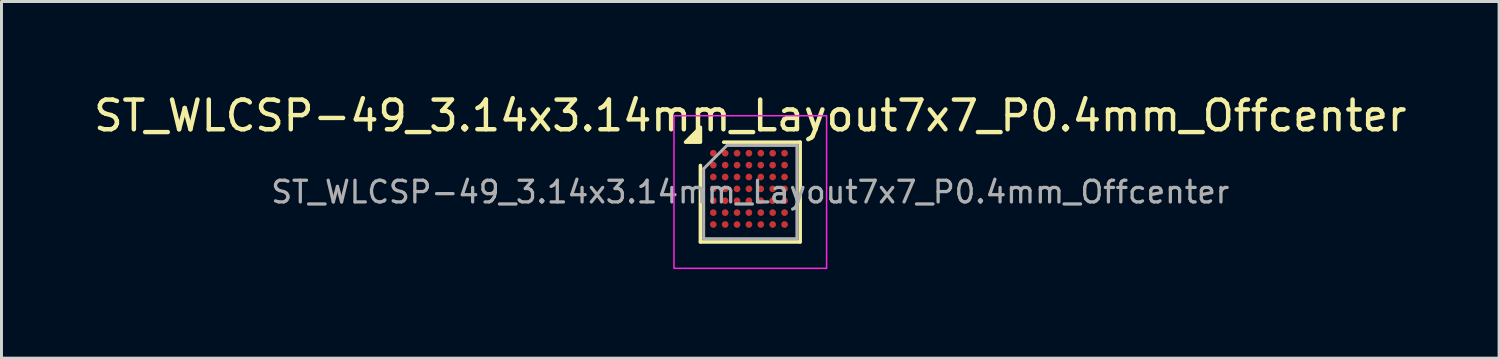
<source format=kicad_pcb>
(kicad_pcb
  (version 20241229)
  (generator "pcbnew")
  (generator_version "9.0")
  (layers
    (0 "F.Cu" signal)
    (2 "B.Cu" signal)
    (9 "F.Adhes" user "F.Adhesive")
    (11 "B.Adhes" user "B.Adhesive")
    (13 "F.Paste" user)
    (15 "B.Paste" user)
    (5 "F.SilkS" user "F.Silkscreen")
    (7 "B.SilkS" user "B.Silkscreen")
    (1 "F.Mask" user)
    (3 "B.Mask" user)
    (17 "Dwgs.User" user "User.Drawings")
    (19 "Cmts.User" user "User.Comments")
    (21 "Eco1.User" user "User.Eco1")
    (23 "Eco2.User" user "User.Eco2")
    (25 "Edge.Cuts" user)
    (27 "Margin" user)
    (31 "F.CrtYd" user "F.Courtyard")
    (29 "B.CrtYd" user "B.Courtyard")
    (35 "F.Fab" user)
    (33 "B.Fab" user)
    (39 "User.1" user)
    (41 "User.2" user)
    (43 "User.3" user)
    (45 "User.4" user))
  (footprint "ST_WLCSP-49_3.14x3.14mm_Layout7x7_P0.4mm_Offcenter"
    (layer "F.Cu")
    (at 22.22 3.418)
    (property "Reference" "ST_WLCSP-49_3.14x3.14mm_Layout7x7_P0.4mm_Offcenter" (at 0 -2.57 0) (layer "F.SilkS") (effects (font (size 1 1) (thickness 0.15))))
    (attr smd)
    (fp_line (start -1.68 1.68) (end -1.68 -0.895) (stroke (width 0.12) (type solid)) (layer "F.SilkS"))
    (fp_line (start -0.895 -1.68) (end 1.68 -1.68) (stroke (width 0.12) (type solid)) (layer "F.SilkS"))
    (fp_line (start 1.68 -1.68) (end 1.68 1.68) (stroke (width 0.12) (type solid)) (layer "F.SilkS"))
    (fp_line (start 1.68 1.68) (end -1.68 1.68) (stroke (width 0.12) (type solid)) (layer "F.SilkS"))
    (fp_poly (pts (xy -1.68 -1.68) (xy -2.18 -1.68) (xy -1.68 -2.18)) (stroke (width 0.12) (type solid)) (fill yes) (layer "F.SilkS"))
    (fp_rect (start -2.57 -2.57) (end 2.57 2.57) (stroke (width 0.05) (type solid)) (fill no) (layer "F.CrtYd"))
    (fp_line (start -1.57 -0.785) (end -0.785 -1.57) (stroke (width 0.1) (type solid)) (layer "F.Fab"))
    (fp_line (start -1.57 1.57) (end -1.57 -0.785) (stroke (width 0.1) (type solid)) (layer "F.Fab"))
    (fp_line (start -0.785 -1.57) (end 1.57 -1.57) (stroke (width 0.1) (type solid)) (layer "F.Fab"))
    (fp_line (start 1.57 -1.57) (end 1.57 1.57) (stroke (width 0.1) (type solid)) (layer "F.Fab"))
    (fp_line (start 1.57 1.57) (end -1.57 1.57) (stroke (width 0.1) (type solid)) (layer "F.Fab"))
    (fp_text user "${REFERENCE}" (at 0 0 0) (layer "F.Fab") (effects (font (size 0.73 0.73) (thickness 0.11))))
    (pad "A1" smd circle (at -1.246 -1.307) (size 0.225 0.225) (property pad_prop_bga) (layers "F.Cu" "F.Mask" "F.Paste"))
    (pad "A2" smd circle (at -0.846 -1.307) (size 0.225 0.225) (property pad_prop_bga) (layers "F.Cu" "F.Mask" "F.Paste"))
    (pad "A3" smd circle (at -0.446 -1.307) (size 0.225 0.225) (property pad_prop_bga) (layers "F.Cu" "F.Mask" "F.Paste"))
    (pad "A4" smd circle (at -0.046 -1.307) (size 0.225 0.225) (property pad_prop_bga) (layers "F.Cu" "F.Mask" "F.Paste"))
    (pad "A5" smd circle (at 0.354 -1.307) (size 0.225 0.225) (property pad_prop_bga) (layers "F.Cu" "F.Mask" "F.Paste"))
    (pad "A6" smd circle (at 0.754 -1.307) (size 0.225 0.225) (property pad_prop_bga) (layers "F.Cu" "F.Mask" "F.Paste"))
    (pad "A7" smd circle (at 1.154 -1.307) (size 0.225 0.225) (property pad_prop_bga) (layers "F.Cu" "F.Mask" "F.Paste"))
    (pad "B1" smd circle (at -1.246 -0.907) (size 0.225 0.225) (property pad_prop_bga) (layers "F.Cu" "F.Mask" "F.Paste"))
    (pad "B2" smd circle (at -0.846 -0.907) (size 0.225 0.225) (property pad_prop_bga) (layers "F.Cu" "F.Mask" "F.Paste"))
    (pad "B3" smd circle (at -0.446 -0.907) (size 0.225 0.225) (property pad_prop_bga) (layers "F.Cu" "F.Mask" "F.Paste"))
    (pad "B4" smd circle (at -0.046 -0.907) (size 0.225 0.225) (property pad_prop_bga) (layers "F.Cu" "F.Mask" "F.Paste"))
    (pad "B5" smd circle (at 0.354 -0.907) (size 0.225 0.225) (property pad_prop_bga) (layers "F.Cu" "F.Mask" "F.Paste"))
    (pad "B6" smd circle (at 0.754 -0.907) (size 0.225 0.225) (property pad_prop_bga) (layers "F.Cu" "F.Mask" "F.Paste"))
    (pad "B7" smd circle (at 1.154 -0.907) (size 0.225 0.225) (property pad_prop_bga) (layers "F.Cu" "F.Mask" "F.Paste"))
    (pad "C1" smd circle (at -1.246 -0.507) (size 0.225 0.225) (property pad_prop_bga) (layers "F.Cu" "F.Mask" "F.Paste"))
    (pad "C2" smd circle (at -0.846 -0.507) (size 0.225 0.225) (property pad_prop_bga) (layers "F.Cu" "F.Mask" "F.Paste"))
    (pad "C3" smd circle (at -0.446 -0.507) (size 0.225 0.225) (property pad_prop_bga) (layers "F.Cu" "F.Mask" "F.Paste"))
    (pad "C4" smd circle (at -0.046 -0.507) (size 0.225 0.225) (property pad_prop_bga) (layers "F.Cu" "F.Mask" "F.Paste"))
    (pad "C5" smd circle (at 0.354 -0.507) (size 0.225 0.225) (property pad_prop_bga) (layers "F.Cu" "F.Mask" "F.Paste"))
    (pad "C6" smd circle (at 0.754 -0.507) (size 0.225 0.225) (property pad_prop_bga) (layers "F.Cu" "F.Mask" "F.Paste"))
    (pad "C7" smd circle (at 1.154 -0.507) (size 0.225 0.225) (property pad_prop_bga) (layers "F.Cu" "F.Mask" "F.Paste"))
    (pad "D1" smd circle (at -1.246 -0.107) (size 0.225 0.225) (property pad_prop_bga) (layers "F.Cu" "F.Mask" "F.Paste"))
    (pad "D2" smd circle (at -0.846 -0.107) (size 0.225 0.225) (property pad_prop_bga) (layers "F.Cu" "F.Mask" "F.Paste"))
    (pad "D3" smd circle (at -0.446 -0.107) (size 0.225 0.225) (property pad_prop_bga) (layers "F.Cu" "F.Mask" "F.Paste"))
    (pad "D4" smd circle (at -0.046 -0.107) (size 0.225 0.225) (property pad_prop_bga) (layers "F.Cu" "F.Mask" "F.Paste"))
    (pad "D5" smd circle (at 0.354 -0.107) (size 0.225 0.225) (property pad_prop_bga) (layers "F.Cu" "F.Mask" "F.Paste"))
    (pad "D6" smd circle (at 0.754 -0.107) (size 0.225 0.225) (property pad_prop_bga) (layers "F.Cu" "F.Mask" "F.Paste"))
    (pad "D7" smd circle (at 1.154 -0.107) (size 0.225 0.225) (property pad_prop_bga) (layers "F.Cu" "F.Mask" "F.Paste"))
    (pad "E1" smd circle (at -1.246 0.293) (size 0.225 0.225) (property pad_prop_bga) (layers "F.Cu" "F.Mask" "F.Paste"))
    (pad "E2" smd circle (at -0.846 0.293) (size 0.225 0.225) (property pad_prop_bga) (layers "F.Cu" "F.Mask" "F.Paste"))
    (pad "E3" smd circle (at -0.446 0.293) (size 0.225 0.225) (property pad_prop_bga) (layers "F.Cu" "F.Mask" "F.Paste"))
    (pad "E4" smd circle (at -0.046 0.293) (size 0.225 0.225) (property pad_prop_bga) (layers "F.Cu" "F.Mask" "F.Paste"))
    (pad "E5" smd circle (at 0.354 0.293) (size 0.225 0.225) (property pad_prop_bga) (layers "F.Cu" "F.Mask" "F.Paste"))
    (pad "E6" smd circle (at 0.754 0.293) (size 0.225 0.225) (property pad_prop_bga) (layers "F.Cu" "F.Mask" "F.Paste"))
    (pad "E7" smd circle (at 1.154 0.293) (size 0.225 0.225) (property pad_prop_bga) (layers "F.Cu" "F.Mask" "F.Paste"))
    (pad "F1" smd circle (at -1.246 0.693) (size 0.225 0.225) (property pad_prop_bga) (layers "F.Cu" "F.Mask" "F.Paste"))
    (pad "F2" smd circle (at -0.846 0.693) (size 0.225 0.225) (property pad_prop_bga) (layers "F.Cu" "F.Mask" "F.Paste"))
    (pad "F3" smd circle (at -0.446 0.693) (size 0.225 0.225) (property pad_prop_bga) (layers "F.Cu" "F.Mask" "F.Paste"))
    (pad "F4" smd circle (at -0.046 0.693) (size 0.225 0.225) (property pad_prop_bga) (layers "F.Cu" "F.Mask" "F.Paste"))
    (pad "F5" smd circle (at 0.354 0.693) (size 0.225 0.225) (property pad_prop_bga) (layers "F.Cu" "F.Mask" "F.Paste"))
    (pad "F6" smd circle (at 0.754 0.693) (size 0.225 0.225) (property pad_prop_bga) (layers "F.Cu" "F.Mask" "F.Paste"))
    (pad "F7" smd circle (at 1.154 0.693) (size 0.225 0.225) (property pad_prop_bga) (layers "F.Cu" "F.Mask" "F.Paste"))
    (pad "G1" smd circle (at -1.246 1.093) (size 0.225 0.225) (property pad_prop_bga) (layers "F.Cu" "F.Mask" "F.Paste"))
    (pad "G2" smd circle (at -0.846 1.093) (size 0.225 0.225) (property pad_prop_bga) (layers "F.Cu" "F.Mask" "F.Paste"))
    (pad "G3" smd circle (at -0.446 1.093) (size 0.225 0.225) (property pad_prop_bga) (layers "F.Cu" "F.Mask" "F.Paste"))
    (pad "G4" smd circle (at -0.046 1.093) (size 0.225 0.225) (property pad_prop_bga) (layers "F.Cu" "F.Mask" "F.Paste"))
    (pad "G5" smd circle (at 0.354 1.093) (size 0.225 0.225) (property pad_prop_bga) (layers "F.Cu" "F.Mask" "F.Paste"))
    (pad "G6" smd circle (at 0.754 1.093) (size 0.225 0.225) (property pad_prop_bga) (layers "F.Cu" "F.Mask" "F.Paste"))
    (pad "G7" smd circle (at 1.154 1.093) (size 0.225 0.225) (property pad_prop_bga) (layers "F.Cu" "F.Mask" "F.Paste")))
  (gr_rect
    (start -3 -3)
    (end 47.44 9.013)
    (stroke (width 0.1) (type default))
    (fill no)
    (layer "Edge.Cuts")))
</source>
